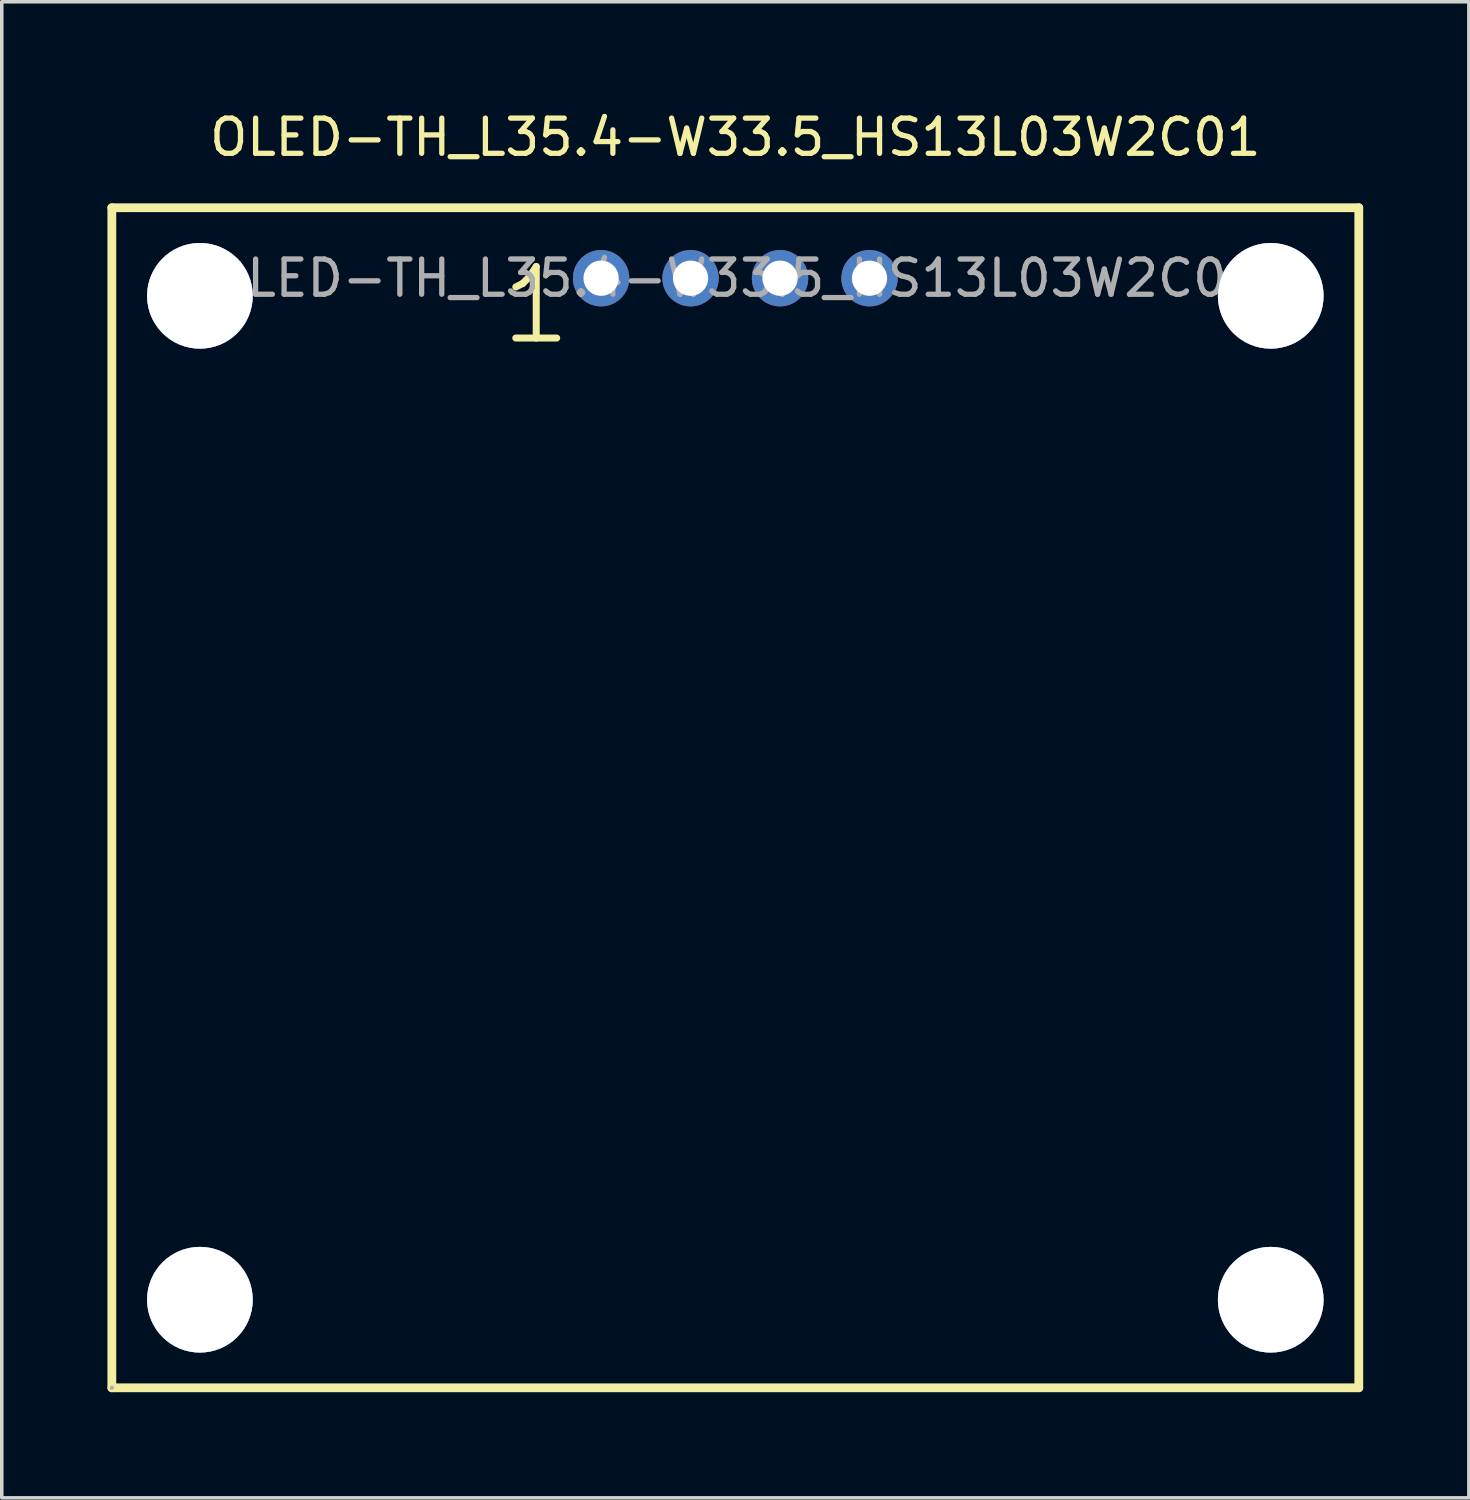
<source format=kicad_pcb>
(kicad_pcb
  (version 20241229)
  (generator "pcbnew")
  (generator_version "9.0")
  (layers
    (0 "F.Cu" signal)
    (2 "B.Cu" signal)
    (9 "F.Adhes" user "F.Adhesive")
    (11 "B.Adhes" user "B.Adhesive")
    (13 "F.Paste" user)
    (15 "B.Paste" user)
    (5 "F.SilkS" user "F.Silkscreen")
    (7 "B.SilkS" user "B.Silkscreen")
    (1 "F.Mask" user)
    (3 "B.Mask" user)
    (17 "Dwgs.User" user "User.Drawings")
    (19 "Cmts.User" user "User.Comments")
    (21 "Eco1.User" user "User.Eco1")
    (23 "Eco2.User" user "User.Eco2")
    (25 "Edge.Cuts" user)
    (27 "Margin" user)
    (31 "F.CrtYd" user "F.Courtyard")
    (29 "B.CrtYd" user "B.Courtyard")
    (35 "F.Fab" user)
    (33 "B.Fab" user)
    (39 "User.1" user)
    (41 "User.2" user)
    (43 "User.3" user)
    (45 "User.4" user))
  (footprint "OLED-TH_L35.4-W33.5_HS13L03W2C01"
    (layer "F.Cu")
    (at 17.825 4.848)
    (property "Reference" "OLED-TH_L35.4-W33.5_HS13L03W2C01" (at 0 -4 0) (layer "F.SilkS") (effects (font (size 1 1) (thickness 0.15))))
    (attr through_hole)
    (fp_line (start -17.7 -2) (end 17.7 -2) (stroke (width 0.25) (type solid)) (layer "F.SilkS"))
    (fp_line (start -17.7 31.5) (end -17.7 -2) (stroke (width 0.25) (type solid)) (layer "F.SilkS"))
    (fp_line (start 17.7 -2) (end 17.7 31.5) (stroke (width 0.25) (type solid)) (layer "F.SilkS"))
    (fp_line (start 17.7 31.5) (end -17.7 31.5) (stroke (width 0.25) (type solid)) (layer "F.SilkS"))
    (fp_circle (center -15.2 0.5) (end -14.45 0.5) (stroke (width 1.5) (type solid)) (fill no) (layer "Cmts.User"))
    (fp_circle (center -15.2 29) (end -14.45 29) (stroke (width 1.5) (type solid)) (fill no) (layer "Cmts.User"))
    (fp_circle (center 15.2 0.5) (end 15.95 0.5) (stroke (width 1.5) (type solid)) (fill no) (layer "Cmts.User"))
    (fp_circle (center 15.2 29) (end 15.95 29) (stroke (width 1.5) (type solid)) (fill no) (layer "Cmts.User"))
    (fp_circle (center -17.7 31.5) (end -17.67 31.5) (stroke (width 0.06) (type solid)) (fill no) (layer "F.Fab"))
    (fp_text user "1" (at -6.75 0.77 0) (layer "F.SilkS") (effects (font (size 2.03 2.03) (thickness 0.2)) (justify left)))
    (fp_text user "${REFERENCE}" (at 0 0 0) (layer "F.Fab") (effects (font (size 1 1) (thickness 0.15))))
    (pad "" thru_hole circle (at -15.2 0.5) (size 3 3) (drill 3) (layers "*.Cu" "*.Mask"))
    (pad "" thru_hole circle (at -15.2 29) (size 3 3) (drill 3) (layers "*.Cu" "*.Mask"))
    (pad "" thru_hole circle (at 15.2 0.5) (size 3 3) (drill 3) (layers "*.Cu" "*.Mask"))
    (pad "" thru_hole circle (at 15.2 29) (size 3 3) (drill 3) (layers "*.Cu" "*.Mask"))
    (pad "1" thru_hole circle (at -3.81 0) (size 1.6 1.6) (drill 1) (layers "*.Cu" "*.Mask"))
    (pad "2" thru_hole circle (at -1.27 0) (size 1.6 1.6) (drill 1) (layers "*.Cu" "*.Mask"))
    (pad "3" thru_hole circle (at 1.27 0) (size 1.6 1.6) (drill 1) (layers "*.Cu" "*.Mask"))
    (pad "4" thru_hole circle (at 3.81 0) (size 1.6 1.6) (drill 1) (layers "*.Cu" "*.Mask")))
  (gr_rect
    (start -3 -3)
    (end 38.65 39.473)
    (stroke (width 0.1) (type default))
    (fill no)
    (layer "Edge.Cuts")))
</source>
